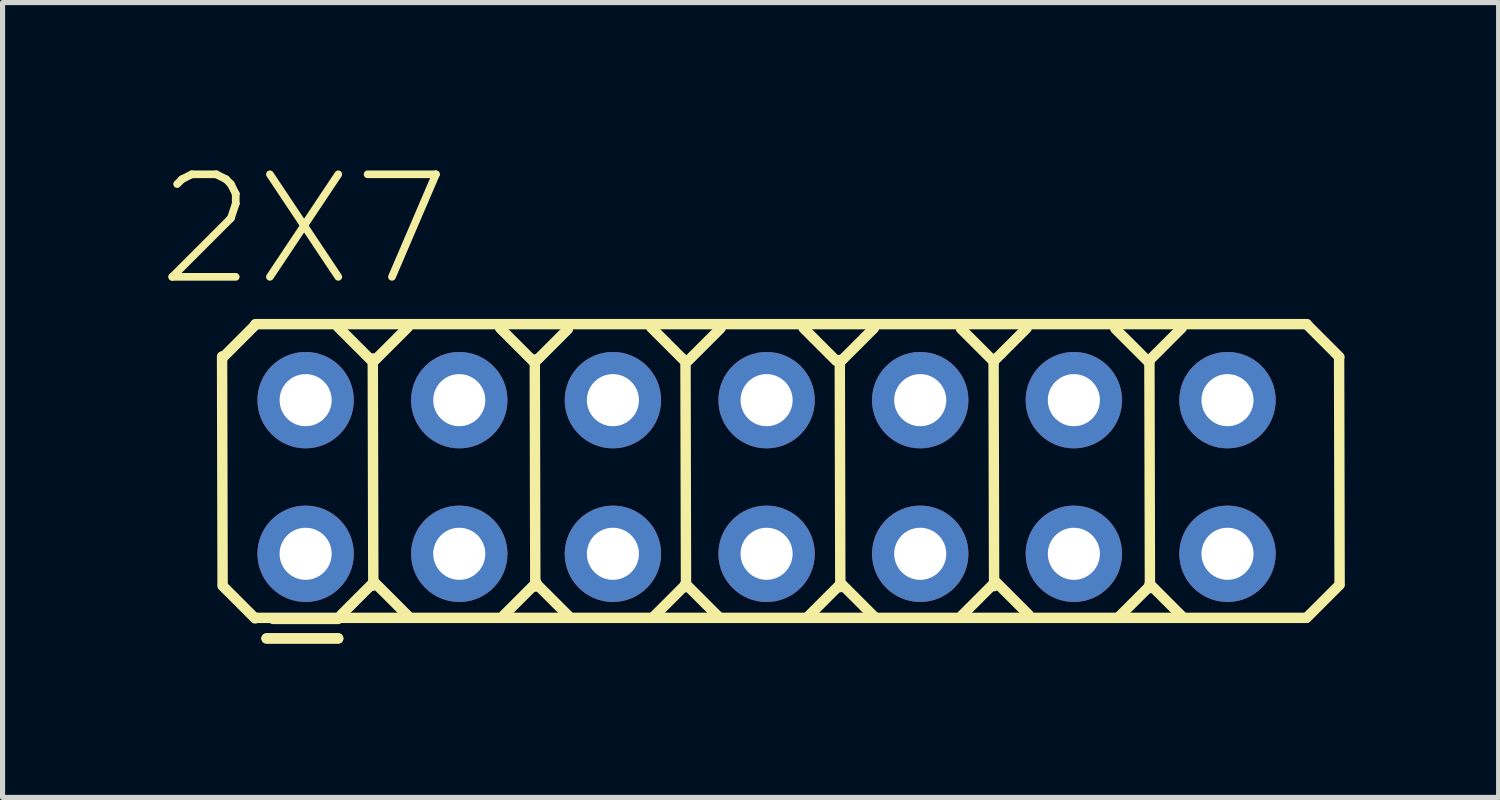
<source format=kicad_pcb>
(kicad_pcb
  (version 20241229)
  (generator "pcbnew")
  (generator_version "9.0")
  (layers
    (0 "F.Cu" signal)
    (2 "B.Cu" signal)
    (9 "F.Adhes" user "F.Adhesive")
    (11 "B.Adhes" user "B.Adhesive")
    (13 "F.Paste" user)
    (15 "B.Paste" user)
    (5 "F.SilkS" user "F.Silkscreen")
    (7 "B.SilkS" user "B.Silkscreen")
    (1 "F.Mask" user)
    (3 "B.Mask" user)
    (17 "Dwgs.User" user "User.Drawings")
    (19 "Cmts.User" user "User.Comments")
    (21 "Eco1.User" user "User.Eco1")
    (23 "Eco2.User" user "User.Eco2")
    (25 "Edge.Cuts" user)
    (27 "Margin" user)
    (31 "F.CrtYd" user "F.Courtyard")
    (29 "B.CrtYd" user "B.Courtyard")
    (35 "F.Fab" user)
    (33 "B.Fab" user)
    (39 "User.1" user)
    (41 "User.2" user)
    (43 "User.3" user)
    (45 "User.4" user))
  (footprint "2X7"
    (layer "F.Cu")
    (at 2.912 7.753)
    (property "Reference" "2X7" (at -0.03 -6.32 0) (layer "F.SilkS") (effects (font (size 2 2) (thickness 0.15))))
    (attr exclude_from_pos_files exclude_from_bom)
    (fp_line (start -1.63 -3.85) (end -1.62 0.58) (stroke (width 0.203) (type solid)) (layer "F.SilkS"))
    (fp_line (start -1.62 -3.825) (end -0.985 -4.46) (stroke (width 0.203) (type solid)) (layer "F.SilkS"))
    (fp_line (start -1.62 0.625) (end -0.985 1.26) (stroke (width 0.203) (type solid)) (layer "F.SilkS"))
    (fp_line (start -0.99 1.25) (end 19.52 1.25) (stroke (width 0.203) (type solid)) (layer "F.SilkS"))
    (fp_line (start -0.98 -4.48) (end 19.53 -4.48) (stroke (width 0.203) (type solid)) (layer "F.SilkS"))
    (fp_line (start -0.762 1.651) (end 0.635 1.651) (stroke (width 0.203) (type solid)) (layer "F.SilkS"))
    (fp_line (start -0.635 1.27) (end 0.635 1.27) (stroke (width 0.203) (type solid)) (layer "F.SilkS"))
    (fp_line (start 0.635 -4.42) (end 1.27 -3.785) (stroke (width 0.203) (type solid)) (layer "F.SilkS"))
    (fp_line (start 0.635 1.651) (end -0.762 1.651) (stroke (width 0.203) (type solid)) (layer "F.SilkS"))
    (fp_line (start 0.695 1.19) (end 1.33 0.555) (stroke (width 0.203) (type solid)) (layer "F.SilkS"))
    (fp_line (start 1.31 -3.81) (end 1.32 0.62) (stroke (width 0.203) (type solid)) (layer "F.SilkS"))
    (fp_line (start 1.36 -3.785) (end 1.995 -4.42) (stroke (width 0.203) (type solid)) (layer "F.SilkS"))
    (fp_line (start 1.36 0.575) (end 1.995 1.21) (stroke (width 0.203) (type solid)) (layer "F.SilkS"))
    (fp_line (start 3.795 -4.4) (end 4.43 -3.765) (stroke (width 0.203) (type solid)) (layer "F.SilkS"))
    (fp_line (start 3.865 1.2) (end 4.5 0.565) (stroke (width 0.203) (type solid)) (layer "F.SilkS"))
    (fp_line (start 4.47 -3.79) (end 4.48 0.64) (stroke (width 0.203) (type solid)) (layer "F.SilkS"))
    (fp_line (start 4.48 -3.745) (end 5.115 -4.38) (stroke (width 0.203) (type solid)) (layer "F.SilkS"))
    (fp_line (start 4.5 0.585) (end 5.135 1.22) (stroke (width 0.203) (type solid)) (layer "F.SilkS"))
    (fp_line (start 6.745 -4.41) (end 7.38 -3.775) (stroke (width 0.203) (type solid)) (layer "F.SilkS"))
    (fp_line (start 6.785 1.23) (end 7.42 0.595) (stroke (width 0.203) (type solid)) (layer "F.SilkS"))
    (fp_line (start 7.41 -3.78) (end 7.42 0.65) (stroke (width 0.203) (type solid)) (layer "F.SilkS"))
    (fp_line (start 7.41 0.585) (end 8.045 1.22) (stroke (width 0.203) (type solid)) (layer "F.SilkS"))
    (fp_line (start 7.46 -3.765) (end 8.095 -4.4) (stroke (width 0.203) (type solid)) (layer "F.SilkS"))
    (fp_line (start 9.715 -4.4) (end 10.35 -3.765) (stroke (width 0.203) (type solid)) (layer "F.SilkS"))
    (fp_line (start 9.785 1.24) (end 10.42 0.605) (stroke (width 0.203) (type solid)) (layer "F.SilkS"))
    (fp_line (start 10.42 -3.78) (end 10.43 0.65) (stroke (width 0.203) (type solid)) (layer "F.SilkS"))
    (fp_line (start 10.45 -3.765) (end 11.085 -4.4) (stroke (width 0.203) (type solid)) (layer "F.SilkS"))
    (fp_line (start 10.46 0.595) (end 11.095 1.23) (stroke (width 0.203) (type solid)) (layer "F.SilkS"))
    (fp_line (start 12.785 -4.39) (end 13.42 -3.755) (stroke (width 0.203) (type solid)) (layer "F.SilkS"))
    (fp_line (start 12.805 1.2) (end 13.44 0.565) (stroke (width 0.203) (type solid)) (layer "F.SilkS"))
    (fp_line (start 13.42 -3.8) (end 13.43 0.63) (stroke (width 0.203) (type solid)) (layer "F.SilkS"))
    (fp_line (start 13.43 -3.765) (end 14.065 -4.4) (stroke (width 0.203) (type solid)) (layer "F.SilkS"))
    (fp_line (start 13.47 0.555) (end 14.105 1.19) (stroke (width 0.203) (type solid)) (layer "F.SilkS"))
    (fp_line (start 15.795 -4.39) (end 16.43 -3.755) (stroke (width 0.203) (type solid)) (layer "F.SilkS"))
    (fp_line (start 16.455 -3.77) (end 17.09 -4.405) (stroke (width 0.203) (type solid)) (layer "F.SilkS"))
    (fp_line (start 16.46 -3.76) (end 16.47 0.67) (stroke (width 0.203) (type solid)) (layer "F.SilkS"))
    (fp_line (start 16.465 0.59) (end 17.1 1.225) (stroke (width 0.203) (type solid)) (layer "F.SilkS"))
    (fp_line (start 16.48 0.615) (end 15.845 1.25) (stroke (width 0.203) (type solid)) (layer "F.SilkS"))
    (fp_line (start 19.53 -4.475) (end 20.165 -3.84) (stroke (width 0.203) (type solid)) (layer "F.SilkS"))
    (fp_line (start 19.53 1.245) (end 20.165 0.61) (stroke (width 0.203) (type solid)) (layer "F.SilkS"))
    (fp_line (start 20.16 -3.83) (end 20.17 0.6) (stroke (width 0.203) (type solid)) (layer "F.SilkS"))
    (pad "1" thru_hole circle (at 0 0) (size 1.88 1.88) (drill 1.016) (layers "*.Cu" "*.Mask"))
    (pad "2" thru_hole circle (at 0 -2.997) (size 1.88 1.88) (drill 1.016) (layers "*.Cu" "*.Mask"))
    (pad "3" thru_hole circle (at 2.997 0) (size 1.88 1.88) (drill 1.016) (layers "*.Cu" "*.Mask"))
    (pad "4" thru_hole circle (at 2.997 -2.997) (size 1.88 1.88) (drill 1.016) (layers "*.Cu" "*.Mask"))
    (pad "5" thru_hole circle (at 5.994 0) (size 1.88 1.88) (drill 1.016) (layers "*.Cu" "*.Mask"))
    (pad "6" thru_hole circle (at 5.994 -2.997) (size 1.88 1.88) (drill 1.016) (layers "*.Cu" "*.Mask"))
    (pad "7" thru_hole circle (at 8.992 0) (size 1.88 1.88) (drill 1.016) (layers "*.Cu" "*.Mask"))
    (pad "8" thru_hole circle (at 8.992 -2.997) (size 1.88 1.88) (drill 1.016) (layers "*.Cu" "*.Mask"))
    (pad "9" thru_hole circle (at 11.989 0) (size 1.88 1.88) (drill 1.016) (layers "*.Cu" "*.Mask"))
    (pad "10" thru_hole circle (at 11.989 -2.997) (size 1.88 1.88) (drill 1.016) (layers "*.Cu" "*.Mask"))
    (pad "11" thru_hole circle (at 14.986 0) (size 1.88 1.88) (drill 1.016) (layers "*.Cu" "*.Mask"))
    (pad "12" thru_hole circle (at 14.986 -2.997) (size 1.88 1.88) (drill 1.016) (layers "*.Cu" "*.Mask"))
    (pad "13" thru_hole circle (at 17.983 0) (size 1.88 1.88) (drill 1.016) (layers "*.Cu" "*.Mask"))
    (pad "14" thru_hole circle (at 17.983 -2.997) (size 1.88 1.88) (drill 1.016) (layers "*.Cu" "*.Mask")))
  (gr_rect
    (start -3 -3)
    (end 26.184 12.506)
    (stroke (width 0.1) (type default))
    (fill no)
    (layer "Edge.Cuts")))
</source>
